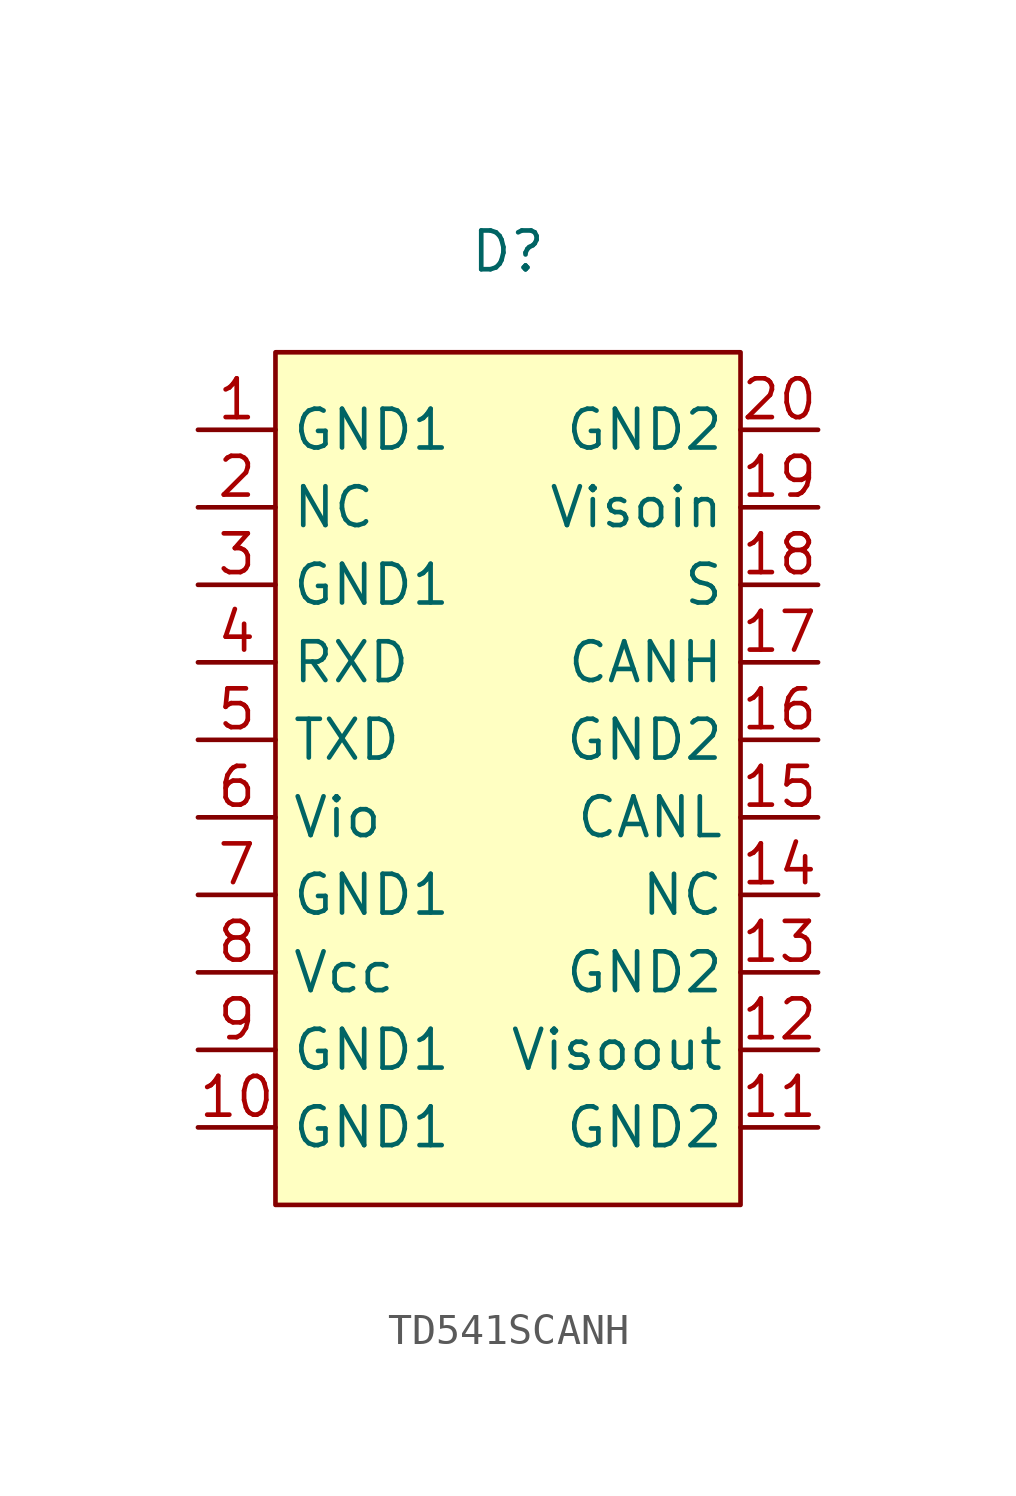
<source format=kicad_sym>
(kicad_symbol_lib
  (version 20231120)
  (generator "kicad_symbol_editor")
  (generator_version "8.0")
  (symbol "TD541SCANH"
    (property "Reference" "D"
      (at 0 3.302 0)
      (effects (font (size 1.27 1.27))))
    (property "Value" ""
      (at 0 0 0)
      (effects (font (size 1.27 1.27))))
    (symbol "TD541SCANH_1_1"
      (rectangle (start -7.62 0) (end 7.62 -27.94) (stroke (width 0) (type default)) (fill (type background)))
      (pin input line (at -10.16 -2.54 0) (length 2.54) (name "GND1" (effects (font (size 1.27 1.27)))) (number "1" (effects (font (size 1.27 1.27)))))
      (pin input line (at -10.16 -25.4 0) (length 2.54) (name "GND1" (effects (font (size 1.27 1.27)))) (number "10" (effects (font (size 1.27 1.27)))))
      (pin input line (at 10.16 -25.4 180) (length 2.54) (name "GND2" (effects (font (size 1.27 1.27)))) (number "11" (effects (font (size 1.27 1.27)))))
      (pin input line (at 10.16 -22.86 180) (length 2.54) (name "Visoout" (effects (font (size 1.27 1.27)))) (number "12" (effects (font (size 1.27 1.27)))))
      (pin input line (at 10.16 -20.32 180) (length 2.54) (name "GND2" (effects (font (size 1.27 1.27)))) (number "13" (effects (font (size 1.27 1.27)))))
      (pin input line (at 10.16 -17.78 180) (length 2.54) (name "NC" (effects (font (size 1.27 1.27)))) (number "14" (effects (font (size 1.27 1.27)))))
      (pin input line (at 10.16 -15.24 180) (length 2.54) (name "CANL" (effects (font (size 1.27 1.27)))) (number "15" (effects (font (size 1.27 1.27)))))
      (pin input line (at 10.16 -12.7 180) (length 2.54) (name "GND2" (effects (font (size 1.27 1.27)))) (number "16" (effects (font (size 1.27 1.27)))))
      (pin input line (at 10.16 -10.16 180) (length 2.54) (name "CANH" (effects (font (size 1.27 1.27)))) (number "17" (effects (font (size 1.27 1.27)))))
      (pin input line (at 10.16 -7.62 180) (length 2.54) (name "S" (effects (font (size 1.27 1.27)))) (number "18" (effects (font (size 1.27 1.27)))))
      (pin input line (at 10.16 -5.08 180) (length 2.54) (name "Visoin" (effects (font (size 1.27 1.27)))) (number "19" (effects (font (size 1.27 1.27)))))
      (pin input line (at -10.16 -5.08 0) (length 2.54) (name "NC" (effects (font (size 1.27 1.27)))) (number "2" (effects (font (size 1.27 1.27)))))
      (pin input line (at 10.16 -2.54 180) (length 2.54) (name "GND2" (effects (font (size 1.27 1.27)))) (number "20" (effects (font (size 1.27 1.27)))))
      (pin input line (at -10.16 -7.62 0) (length 2.54) (name "GND1" (effects (font (size 1.27 1.27)))) (number "3" (effects (font (size 1.27 1.27)))))
      (pin input line (at -10.16 -10.16 0) (length 2.54) (name "RXD" (effects (font (size 1.27 1.27)))) (number "4" (effects (font (size 1.27 1.27)))))
      (pin input line (at -10.16 -12.7 0) (length 2.54) (name "TXD" (effects (font (size 1.27 1.27)))) (number "5" (effects (font (size 1.27 1.27)))))
      (pin input line (at -10.16 -15.24 0) (length 2.54) (name "Vio" (effects (font (size 1.27 1.27)))) (number "6" (effects (font (size 1.27 1.27)))))
      (pin input line (at -10.16 -17.78 0) (length 2.54) (name "GND1" (effects (font (size 1.27 1.27)))) (number "7" (effects (font (size 1.27 1.27)))))
      (pin input line (at -10.16 -20.32 0) (length 2.54) (name "Vcc" (effects (font (size 1.27 1.27)))) (number "8" (effects (font (size 1.27 1.27)))))
      (pin input line (at -10.16 -22.86 0) (length 2.54) (name "GND1" (effects (font (size 1.27 1.27)))) (number "9" (effects (font (size 1.27 1.27))))))))
</source>
